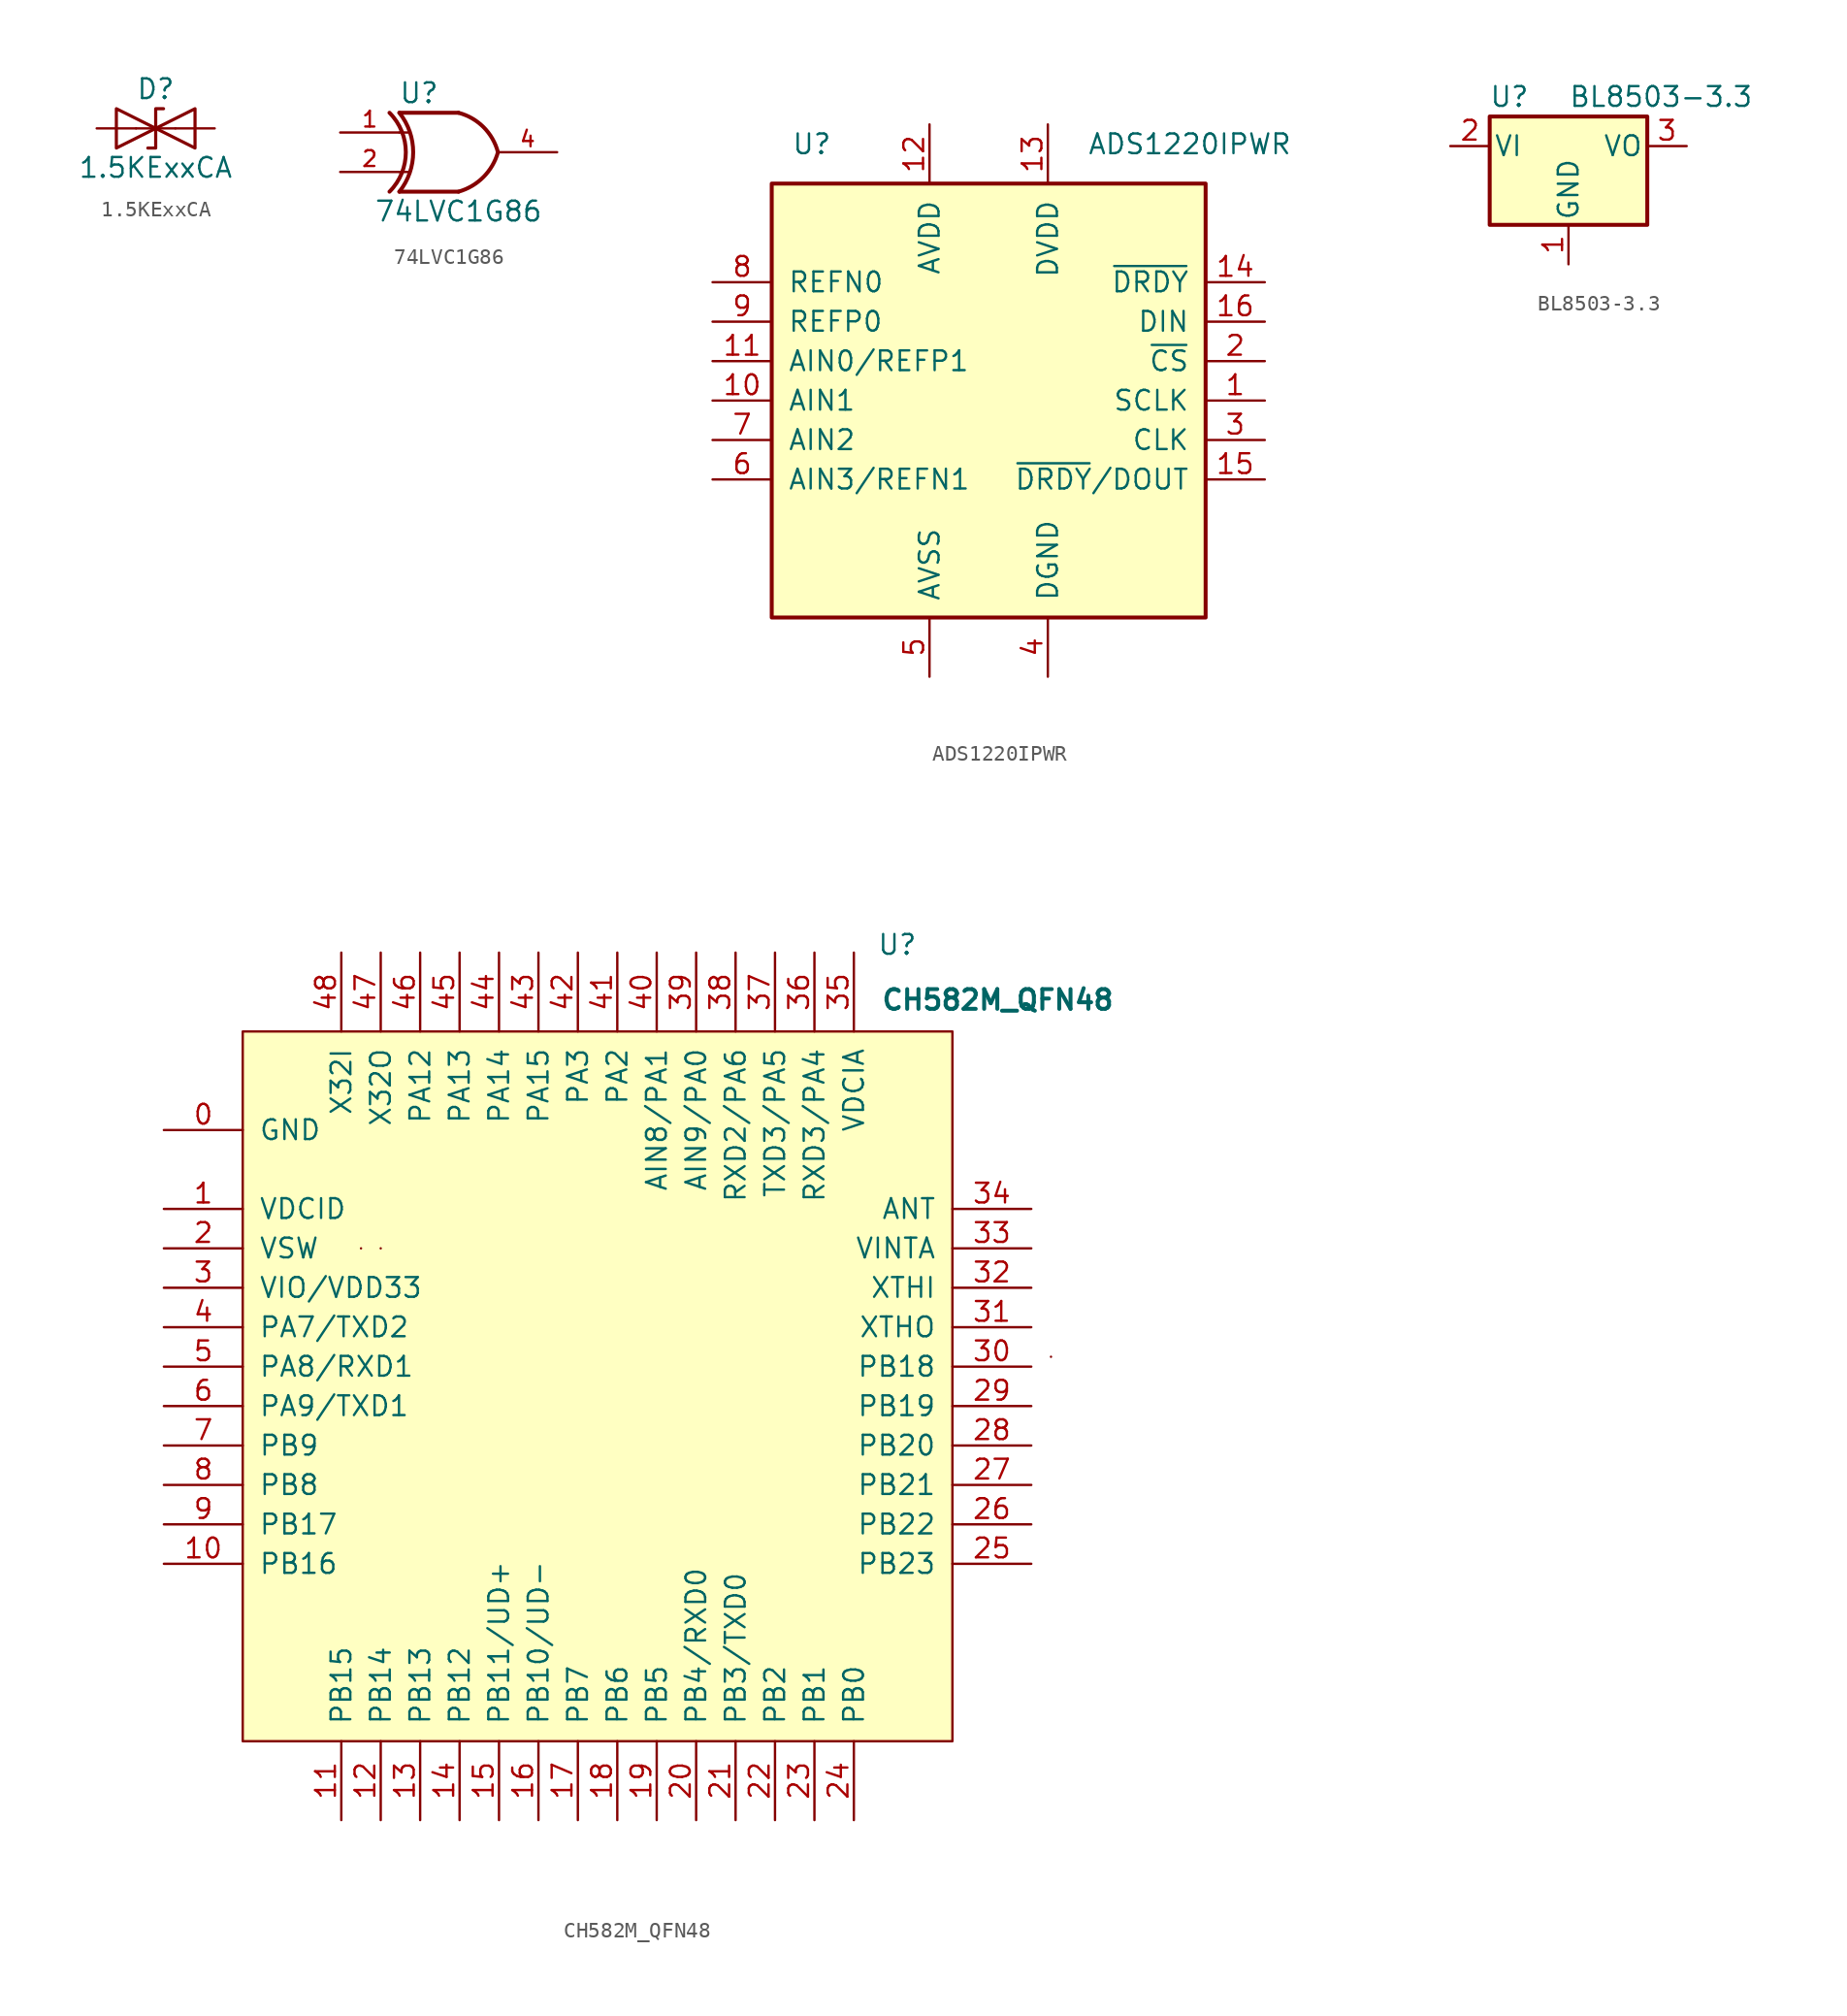
<source format=kicad_sym>
(kicad_symbol_lib
  (version 20211014)
  (generator kicad_symbol_editor)
  (symbol "1.5KExxCA"
    (pin_numbers hide)
    (pin_names
      (offset 1.016) hide)
    (property "Reference" "D"
      (at 0 2.54 0)
      (effects (font (size 1.27 1.27))))
    (property "Value" "1.5KExxCA"
      (at 0 -2.54 0)
      (effects (font (size 1.27 1.27))))
    (symbol "1.5KExxCA_0_1"
      (polyline (pts (xy 1.27 0) (xy -1.27 0)) (stroke (width 0) (type default) (color 0 0 0 0)) (fill (type none)))
      (polyline (pts (xy -2.54 -1.27) (xy 0 0) (xy -2.54 1.27) (xy -2.54 -1.27)) (stroke (width 0.203) (type default) (color 0 0 0 0)) (fill (type none)))
      (polyline (pts (xy 0.508 1.27) (xy 0 1.27) (xy 0 -1.27) (xy -0.508 -1.27)) (stroke (width 0.203) (type default) (color 0 0 0 0)) (fill (type none)))
      (polyline (pts (xy 2.54 1.27) (xy 2.54 -1.27) (xy 0 0) (xy 2.54 1.27)) (stroke (width 0.203) (type default) (color 0 0 0 0)) (fill (type none))))
    (symbol "1.5KExxCA_1_1"
      (pin passive line (at -3.81 0 0) (length 2.54) (name "A1" (effects (font (size 1.27 1.27)))) (number "1" (effects (font (size 1.27 1.27)))))
      (pin passive line (at 3.81 0 180) (length 2.54) (name "A2" (effects (font (size 1.27 1.27)))) (number "2" (effects (font (size 1.27 1.27)))))))
  (symbol "74LVC1G86"
    (pin_names
      (offset 1.016))
    (property "Reference" "U"
      (at -2.54 3.81 0)
      (effects (font (size 1.27 1.27))))
    (property "Value" "74LVC1G86"
      (at 0 -3.81 0)
      (effects (font (size 1.27 1.27))))
    (symbol "74LVC1G86_0_1"
      (arc (start -4.445 -2.54) (mid -3.3929 0) (end -4.445 2.54) (stroke (width 0.254) (type default) (color 0 0 0 0)) (fill (type none)))
      (arc (start -3.81 -2.54) (mid -2.919 0) (end -3.81 2.54) (stroke (width 0.254) (type default) (color 0 0 0 0)) (fill (type none)))
      (arc (start 0 -2.54) (mid 1.5993 -1.6027) (end 2.54 0) (stroke (width 0.254) (type default) (color 0 0 0 0)) (fill (type none)))
      (polyline (pts (xy -3.81 -1.27) (xy -3.175 -1.27)) (stroke (width 0) (type default) (color 0 0 0 0)) (fill (type none)))
      (polyline (pts (xy -3.81 1.27) (xy -3.175 1.27)) (stroke (width 0) (type default) (color 0 0 0 0)) (fill (type none)))
      (polyline (pts (xy 0 -2.54) (xy -3.81 -2.54)) (stroke (width 0.254) (type default) (color 0 0 0 0)) (fill (type background)))
      (polyline (pts (xy 0 2.54) (xy -3.81 2.54)) (stroke (width 0.254) (type default) (color 0 0 0 0)) (fill (type background)))
      (arc (start 2.54 0) (mid 1.6119 1.6152) (end 0 2.54) (stroke (width 0.254) (type default) (color 0 0 0 0)) (fill (type none))))
    (symbol "74LVC1G86_1_1"
      (pin input line (at -7.62 1.27 0) (length 3.81) (name "~" (effects (font (size 1.016 1.016)))) (number "1" (effects (font (size 1.016 1.016)))))
      (pin input line (at -7.62 -1.27 0) (length 3.81) (name "~" (effects (font (size 1.016 1.016)))) (number "2" (effects (font (size 1.016 1.016)))))
      (pin power_in line (at 0 -2.54 270) (length 0) hide (name "GND" (effects (font (size 1.016 1.016)))) (number "3" (effects (font (size 1.016 1.016)))))
      (pin output line (at 6.35 0 180) (length 3.81) (name "~" (effects (font (size 1.016 1.016)))) (number "4" (effects (font (size 1.016 1.016)))))
      (pin power_in line (at 0 2.54 90) (length 0) hide (name "VCC" (effects (font (size 1.016 1.016)))) (number "5" (effects (font (size 1.016 1.016)))))))
  (symbol "ADS1220IPWR"
    (pin_names
      (offset 1.016))
    (property "Reference" "U"
      (at -12.7 16.51 0)
      (effects (font (size 1.27 1.27)) (justify left)))
    (property "Value" "ADS1220IPWR"
      (at 6.35 16.51 0)
      (effects (font (size 1.27 1.27)) (justify left)))
    (symbol "ADS1220IPWR_0_1"
      (rectangle (start -13.97 13.97) (end 13.97 -13.97) (stroke (width 0.254) (type default) (color 0 0 0 0)) (fill (type background))))
    (symbol "ADS1220IPWR_1_1"
      (pin input line (at 17.78 0 180) (length 3.81) (name "SCLK" (effects (font (size 1.27 1.27)))) (number "1" (effects (font (size 1.27 1.27)))))
      (pin bidirectional line (at -17.78 0 0) (length 3.81) (name "AIN1" (effects (font (size 1.27 1.27)))) (number "10" (effects (font (size 1.27 1.27)))))
      (pin bidirectional line (at -17.78 2.54 0) (length 3.81) (name "AIN0/REFP1" (effects (font (size 1.27 1.27)))) (number "11" (effects (font (size 1.27 1.27)))))
      (pin power_in line (at -3.81 17.78 270) (length 3.81) (name "AVDD" (effects (font (size 1.27 1.27)))) (number "12" (effects (font (size 1.27 1.27)))))
      (pin power_in line (at 3.81 17.78 270) (length 3.81) (name "DVDD" (effects (font (size 1.27 1.27)))) (number "13" (effects (font (size 1.27 1.27)))))
      (pin output line (at 17.78 7.62 180) (length 3.81) (name "~{DRDY}" (effects (font (size 1.27 1.27)))) (number "14" (effects (font (size 1.27 1.27)))))
      (pin output line (at 17.78 -5.08 180) (length 3.81) (name "~{DRDY}/DOUT" (effects (font (size 1.27 1.27)))) (number "15" (effects (font (size 1.27 1.27)))))
      (pin input line (at 17.78 5.08 180) (length 3.81) (name "DIN" (effects (font (size 1.27 1.27)))) (number "16" (effects (font (size 1.27 1.27)))))
      (pin input line (at 17.78 2.54 180) (length 3.81) (name "~{CS}" (effects (font (size 1.27 1.27)))) (number "2" (effects (font (size 1.27 1.27)))))
      (pin input line (at 17.78 -2.54 180) (length 3.81) (name "CLK" (effects (font (size 1.27 1.27)))) (number "3" (effects (font (size 1.27 1.27)))))
      (pin power_in line (at 3.81 -17.78 90) (length 3.81) (name "DGND" (effects (font (size 1.27 1.27)))) (number "4" (effects (font (size 1.27 1.27)))))
      (pin power_in line (at -3.81 -17.78 90) (length 3.81) (name "AVSS" (effects (font (size 1.27 1.27)))) (number "5" (effects (font (size 1.27 1.27)))))
      (pin passive line (at -17.78 -5.08 0) (length 3.81) (name "AIN3/REFN1" (effects (font (size 1.27 1.27)))) (number "6" (effects (font (size 1.27 1.27)))))
      (pin bidirectional line (at -17.78 -2.54 0) (length 3.81) (name "AIN2" (effects (font (size 1.27 1.27)))) (number "7" (effects (font (size 1.27 1.27)))))
      (pin bidirectional line (at -17.78 7.62 0) (length 3.81) (name "REFN0" (effects (font (size 1.27 1.27)))) (number "8" (effects (font (size 1.27 1.27)))))
      (pin bidirectional line (at -17.78 5.08 0) (length 3.81) (name "REFP0" (effects (font (size 1.27 1.27)))) (number "9" (effects (font (size 1.27 1.27)))))))
  (symbol "BL8503-3.3"
    (pin_names
      (offset 0.254))
    (property "Reference" "U"
      (at -3.81 3.175 0)
      (effects (font (size 1.27 1.27))))
    (property "Value" "BL8503-3.3"
      (at 0 3.175 0)
      (effects (font (size 1.27 1.27)) (justify left)))
    (symbol "BL8503-3.3_0_1"
      (rectangle (start -5.08 -5.08) (end 5.08 1.905) (stroke (width 0.254) (type default) (color 0 0 0 0)) (fill (type background))))
    (symbol "BL8503-3.3_1_1"
      (pin power_in line (at 0 -7.62 90) (length 2.54) (name "GND" (effects (font (size 1.27 1.27)))) (number "1" (effects (font (size 1.27 1.27)))))
      (pin power_in line (at -7.62 0 0) (length 2.54) (name "VI" (effects (font (size 1.27 1.27)))) (number "2" (effects (font (size 1.27 1.27)))))
      (pin power_out line (at 7.62 0 180) (length 2.54) (name "VO" (effects (font (size 1.27 1.27)))) (number "3" (effects (font (size 1.27 1.27)))))))
  (symbol "CH582M_QFN48"
    (pin_names
      (offset 1.016))
    (property "Reference" "U"
      (at 19.304 28.448 0)
      (effects (font (size 1.27 1.27))))
    (property "Value" "CH582M_QFN48"
      (at 25.781 24.892 0)
      (effects (font (size 1.27 1.27) bold)))
    (symbol "CH582M_QFN48_0_1"
      (rectangle (start -22.86 22.86) (end 22.86 -22.86) (stroke (width 0) (type default) (color 0 0 0 0)) (fill (type background)))
      (rectangle (start -15.24 8.89) (end -15.24 8.89) (stroke (width 0) (type default) (color 0 0 0 0)) (fill (type background)))
      (rectangle (start -13.97 8.89) (end -13.97 8.89) (stroke (width 0) (type default) (color 0 0 0 0)) (fill (type none)))
      (rectangle (start 29.21 1.905) (end 29.21 1.905) (stroke (width 0) (type default) (color 0 0 0 0)) (fill (type none))))
    (symbol "CH582M_QFN48_1_1"
      (pin power_in line (at -27.94 16.51 0) (length 5.08) (name "GND" (effects (font (size 1.27 1.27)))) (number "0" (effects (font (size 1.27 1.27)))))
      (pin bidirectional line (at -27.94 11.43 0) (length 5.08) (name "VDCID" (effects (font (size 1.27 1.27)))) (number "1" (effects (font (size 1.27 1.27)))))
      (pin bidirectional line (at -27.94 -11.43 0) (length 5.08) (name "PB16" (effects (font (size 1.27 1.27)))) (number "10" (effects (font (size 1.27 1.27)))))
      (pin bidirectional line (at -16.51 -27.94 90) (length 5.08) (name "PB15" (effects (font (size 1.27 1.27)))) (number "11" (effects (font (size 1.27 1.27)))))
      (pin bidirectional line (at -13.97 -27.94 90) (length 5.08) (name "PB14" (effects (font (size 1.27 1.27)))) (number "12" (effects (font (size 1.27 1.27)))))
      (pin bidirectional line (at -11.43 -27.94 90) (length 5.08) (name "PB13" (effects (font (size 1.27 1.27)))) (number "13" (effects (font (size 1.27 1.27)))))
      (pin bidirectional line (at -8.89 -27.94 90) (length 5.08) (name "PB12" (effects (font (size 1.27 1.27)))) (number "14" (effects (font (size 1.27 1.27)))))
      (pin bidirectional line (at -6.35 -27.94 90) (length 5.08) (name "PB11/UD+" (effects (font (size 1.27 1.27)))) (number "15" (effects (font (size 1.27 1.27)))))
      (pin bidirectional line (at -3.81 -27.94 90) (length 5.08) (name "PB10/UD-" (effects (font (size 1.27 1.27)))) (number "16" (effects (font (size 1.27 1.27)))))
      (pin bidirectional line (at -1.27 -27.94 90) (length 5.08) (name "PB7" (effects (font (size 1.27 1.27)))) (number "17" (effects (font (size 1.27 1.27)))))
      (pin bidirectional line (at 1.27 -27.94 90) (length 5.08) (name "PB6" (effects (font (size 1.27 1.27)))) (number "18" (effects (font (size 1.27 1.27)))))
      (pin bidirectional line (at 3.81 -27.94 90) (length 5.08) (name "PB5" (effects (font (size 1.27 1.27)))) (number "19" (effects (font (size 1.27 1.27)))))
      (pin bidirectional line (at -27.94 8.89 0) (length 5.08) (name "VSW" (effects (font (size 1.27 1.27)))) (number "2" (effects (font (size 1.27 1.27)))))
      (pin bidirectional line (at 6.35 -27.94 90) (length 5.08) (name "PB4/RXD0" (effects (font (size 1.27 1.27)))) (number "20" (effects (font (size 1.27 1.27)))))
      (pin bidirectional line (at 8.89 -27.94 90) (length 5.08) (name "PB3/TXD0" (effects (font (size 1.27 1.27)))) (number "21" (effects (font (size 1.27 1.27)))))
      (pin bidirectional line (at 11.43 -27.94 90) (length 5.08) (name "PB2" (effects (font (size 1.27 1.27)))) (number "22" (effects (font (size 1.27 1.27)))))
      (pin bidirectional line (at 13.97 -27.94 90) (length 5.08) (name "PB1" (effects (font (size 1.27 1.27)))) (number "23" (effects (font (size 1.27 1.27)))))
      (pin bidirectional line (at 16.51 -27.94 90) (length 5.08) (name "PB0" (effects (font (size 1.27 1.27)))) (number "24" (effects (font (size 1.27 1.27)))))
      (pin bidirectional line (at 27.94 -11.43 180) (length 5.08) (name "PB23" (effects (font (size 1.27 1.27)))) (number "25" (effects (font (size 1.27 1.27)))))
      (pin bidirectional line (at 27.94 -8.89 180) (length 5.08) (name "PB22" (effects (font (size 1.27 1.27)))) (number "26" (effects (font (size 1.27 1.27)))))
      (pin bidirectional line (at 27.94 -6.35 180) (length 5.08) (name "PB21" (effects (font (size 1.27 1.27)))) (number "27" (effects (font (size 1.27 1.27)))))
      (pin bidirectional line (at 27.94 -3.81 180) (length 5.08) (name "PB20" (effects (font (size 1.27 1.27)))) (number "28" (effects (font (size 1.27 1.27)))))
      (pin bidirectional line (at 27.94 -1.27 180) (length 5.08) (name "PB19" (effects (font (size 1.27 1.27)))) (number "29" (effects (font (size 1.27 1.27)))))
      (pin bidirectional line (at -27.94 6.35 0) (length 5.08) (name "VIO/VDD33" (effects (font (size 1.27 1.27)))) (number "3" (effects (font (size 1.27 1.27)))))
      (pin bidirectional line (at 27.94 1.27 180) (length 5.08) (name "PB18" (effects (font (size 1.27 1.27)))) (number "30" (effects (font (size 1.27 1.27)))))
      (pin bidirectional line (at 27.94 3.81 180) (length 5.08) (name "XTHO" (effects (font (size 1.27 1.27)))) (number "31" (effects (font (size 1.27 1.27)))))
      (pin bidirectional line (at 27.94 6.35 180) (length 5.08) (name "XTHI" (effects (font (size 1.27 1.27)))) (number "32" (effects (font (size 1.27 1.27)))))
      (pin bidirectional line (at 27.94 8.89 180) (length 5.08) (name "VINTA" (effects (font (size 1.27 1.27)))) (number "33" (effects (font (size 1.27 1.27)))))
      (pin bidirectional line (at 27.94 11.43 180) (length 5.08) (name "ANT" (effects (font (size 1.27 1.27)))) (number "34" (effects (font (size 1.27 1.27)))))
      (pin bidirectional line (at 16.51 27.94 270) (length 5.08) (name "VDCIA" (effects (font (size 1.27 1.27)))) (number "35" (effects (font (size 1.27 1.27)))))
      (pin bidirectional line (at 13.97 27.94 270) (length 5.08) (name "RXD3/PA4" (effects (font (size 1.27 1.27)))) (number "36" (effects (font (size 1.27 1.27)))))
      (pin bidirectional line (at 11.43 27.94 270) (length 5.08) (name "TXD3/PA5" (effects (font (size 1.27 1.27)))) (number "37" (effects (font (size 1.27 1.27)))))
      (pin bidirectional line (at 8.89 27.94 270) (length 5.08) (name "RXD2/PA6" (effects (font (size 1.27 1.27)))) (number "38" (effects (font (size 1.27 1.27)))))
      (pin power_in line (at 6.35 27.94 270) (length 5.08) (name "AIN9/PA0" (effects (font (size 1.27 1.27)))) (number "39" (effects (font (size 1.27 1.27)))))
      (pin bidirectional line (at -27.94 3.81 0) (length 5.08) (name "PA7/TXD2" (effects (font (size 1.27 1.27)))) (number "4" (effects (font (size 1.27 1.27)))))
      (pin power_in line (at 3.81 27.94 270) (length 5.08) (name "AIN8/PA1" (effects (font (size 1.27 1.27)))) (number "40" (effects (font (size 1.27 1.27)))))
      (pin bidirectional line (at 1.27 27.94 270) (length 5.08) (name "PA2" (effects (font (size 1.27 1.27)))) (number "41" (effects (font (size 1.27 1.27)))))
      (pin bidirectional line (at -1.27 27.94 270) (length 5.08) (name "PA3" (effects (font (size 1.27 1.27)))) (number "42" (effects (font (size 1.27 1.27)))))
      (pin bidirectional line (at -3.81 27.94 270) (length 5.08) (name "PA15" (effects (font (size 1.27 1.27)))) (number "43" (effects (font (size 1.27 1.27)))))
      (pin bidirectional line (at -6.35 27.94 270) (length 5.08) (name "PA14" (effects (font (size 1.27 1.27)))) (number "44" (effects (font (size 1.27 1.27)))))
      (pin bidirectional line (at -8.89 27.94 270) (length 5.08) (name "PA13" (effects (font (size 1.27 1.27)))) (number "45" (effects (font (size 1.27 1.27)))))
      (pin bidirectional line (at -11.43 27.94 270) (length 5.08) (name "PA12" (effects (font (size 1.27 1.27)))) (number "46" (effects (font (size 1.27 1.27)))))
      (pin bidirectional line (at -13.97 27.94 270) (length 5.08) (name "X32O" (effects (font (size 1.27 1.27)))) (number "47" (effects (font (size 1.27 1.27)))))
      (pin bidirectional line (at -16.51 27.94 270) (length 5.08) (name "X32I" (effects (font (size 1.27 1.27)))) (number "48" (effects (font (size 1.27 1.27)))))
      (pin bidirectional line (at -27.94 1.27 0) (length 5.08) (name "PA8/RXD1" (effects (font (size 1.27 1.27)))) (number "5" (effects (font (size 1.27 1.27)))))
      (pin bidirectional line (at -27.94 -1.27 0) (length 5.08) (name "PA9/TXD1" (effects (font (size 1.27 1.27)))) (number "6" (effects (font (size 1.27 1.27)))))
      (pin bidirectional line (at -27.94 -3.81 0) (length 5.08) (name "PB9" (effects (font (size 1.27 1.27)))) (number "7" (effects (font (size 1.27 1.27)))))
      (pin bidirectional line (at -27.94 -6.35 0) (length 5.08) (name "PB8" (effects (font (size 1.27 1.27)))) (number "8" (effects (font (size 1.27 1.27)))))
      (pin bidirectional line (at -27.94 -8.89 0) (length 5.08) (name "PB17" (effects (font (size 1.27 1.27)))) (number "9" (effects (font (size 1.27 1.27))))))))
</source>
